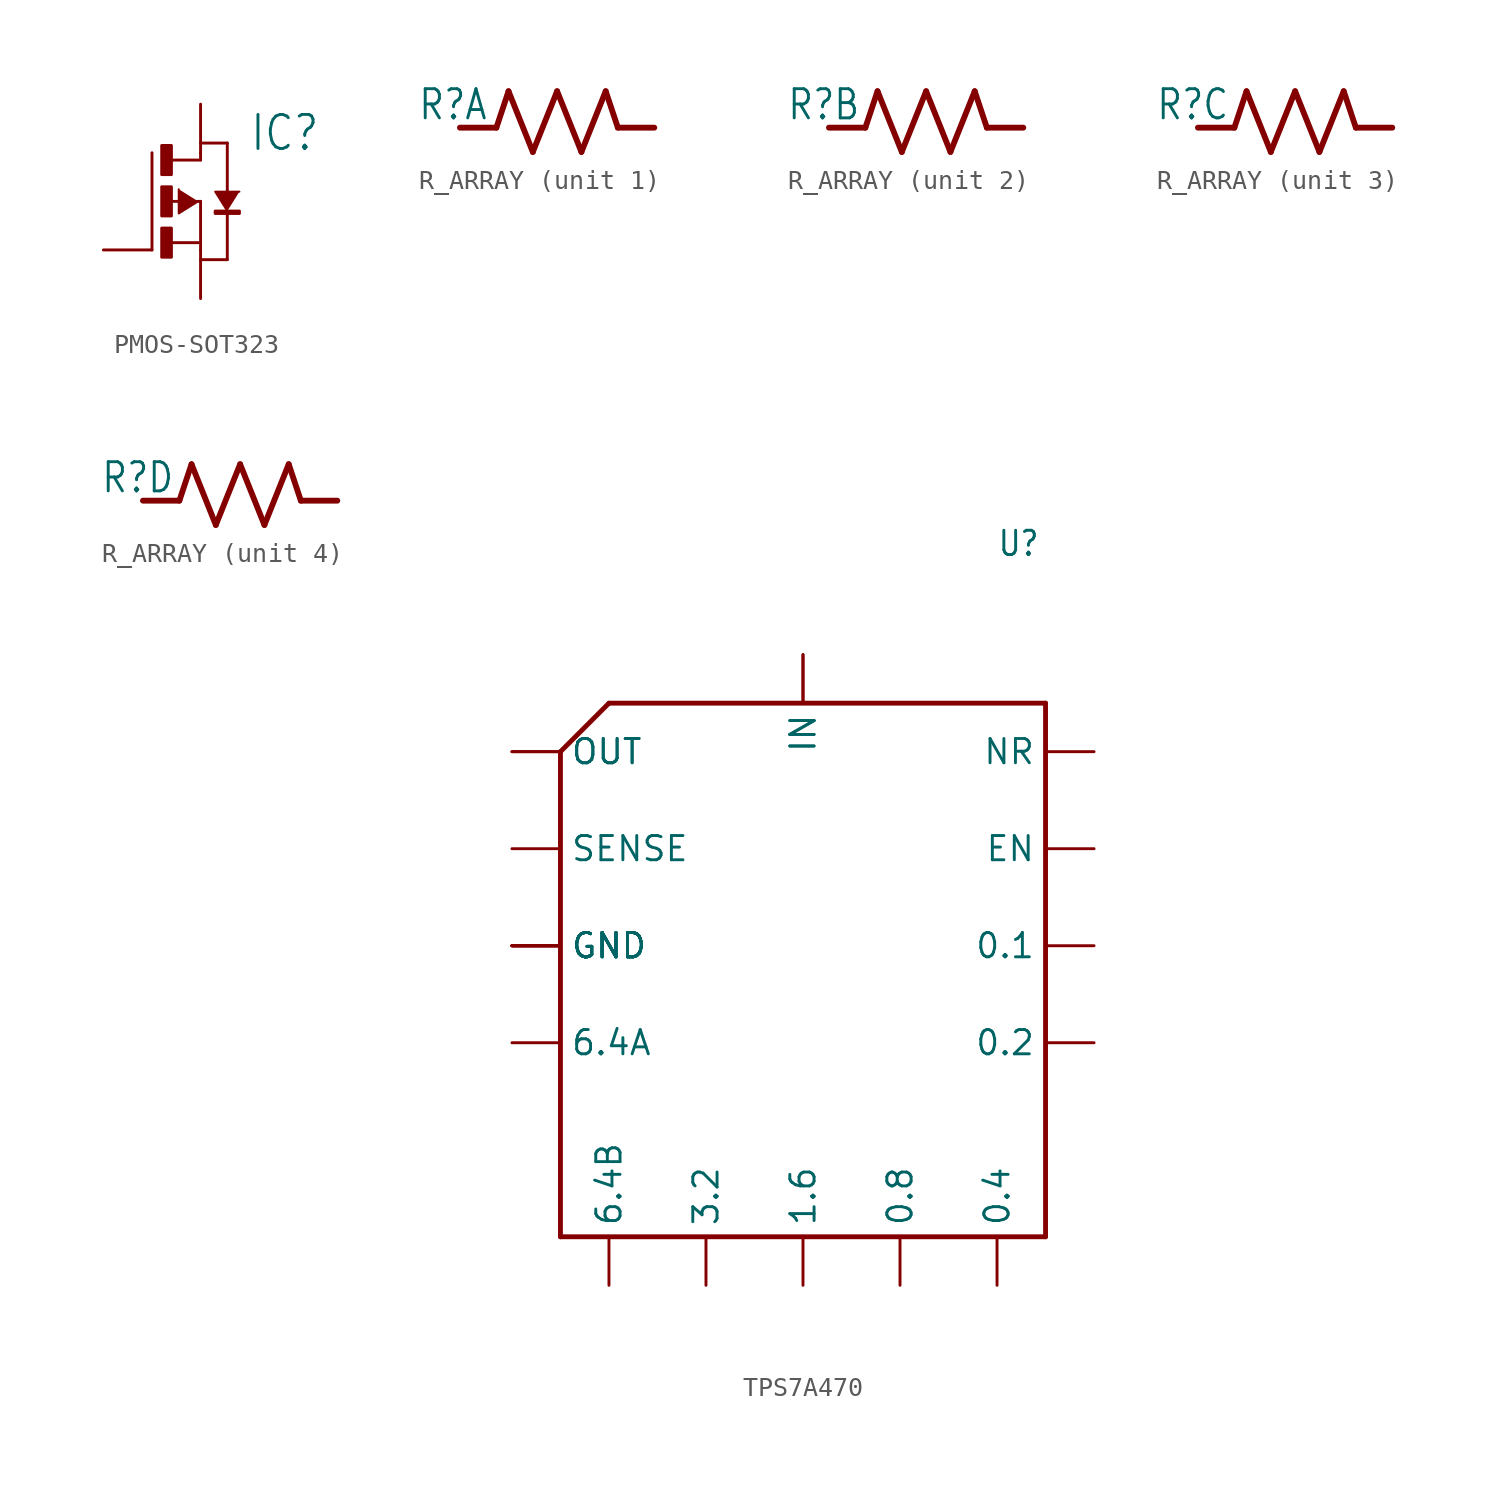
<source format=kicad_sym>
(kicad_symbol_lib
  (version 20231120)
  (generator "kicad_symbol_editor")
  (generator_version "8.0")
  (symbol "PMOS-SOT323"
    (property "Reference" "IC"
      (at 2.54 2.54 0)
      (effects (font (size 1.778 1.511)) (justify left bottom)))
    (property "Value" ""
      (at 2.54 0 0)
      (effects (font (size 1.778 1.511)) (justify left bottom)))
    (property "ki_locked" ""
      (at 0 0 0)
      (effects (font (size 1.27 1.27))))
    (symbol "PMOS-SOT323_1_0"
      (rectangle (start -2.032 -2.921) (end -1.524 -1.397) (stroke (width 0) (type default)) (fill (type outline)))
      (rectangle (start -2.032 -0.762) (end -1.524 0.762) (stroke (width 0) (type default)) (fill (type outline)))
      (rectangle (start -2.032 1.397) (end -1.524 2.921) (stroke (width 0) (type default)) (fill (type outline)))
      (polyline (pts (xy -2.54 -2.54) (xy -2.54 2.54)) (stroke (width 0.152) (type solid)) (fill (type none)))
      (polyline (pts (xy -1.651 0) (xy 0 0)) (stroke (width 0.152) (type solid)) (fill (type none)))
      (polyline (pts (xy -1.524 -2.159) (xy 0 -2.159)) (stroke (width 0.152) (type solid)) (fill (type none)))
      (polyline (pts (xy -1.524 2.159) (xy 0 2.159)) (stroke (width 0.152) (type solid)) (fill (type none)))
      (polyline (pts (xy 0 -2.159) (xy 0 -2.54)) (stroke (width 0.152) (type solid)) (fill (type none)))
      (polyline (pts (xy 0 0) (xy 0 -2.159)) (stroke (width 0.152) (type solid)) (fill (type none)))
      (polyline (pts (xy 0 2.159) (xy 0 2.54)) (stroke (width 0.152) (type solid)) (fill (type none)))
      (polyline (pts (xy 0 3.048) (xy 1.397 3.048)) (stroke (width 0.152) (type solid)) (fill (type none)))
      (polyline (pts (xy 1.397 -3.048) (xy 0 -3.048)) (stroke (width 0.152) (type solid)) (fill (type none)))
      (polyline (pts (xy 1.397 -0.508) (xy 1.397 -3.048)) (stroke (width 0.152) (type solid)) (fill (type none)))
      (polyline (pts (xy 1.397 3.048) (xy 1.397 0.381)) (stroke (width 0.152) (type solid)) (fill (type none)))
      (polyline (pts (xy -0.127 0) (xy -1.143 -0.635) (xy -1.143 0.635)) (stroke (width 0.102) (type solid)) (fill (type outline)))
      (polyline (pts (xy 1.397 -0.508) (xy 0.762 0.508) (xy 2.032 0.508)) (stroke (width 0.102) (type solid)) (fill (type outline)))
      (rectangle (start 0.762 -0.635) (end 2.032 -0.508) (stroke (width 0) (type default)) (fill (type outline)))
      (pin passive line (at -5.08 -2.54 0) (length 2.54) (name "G" (effects (font (size 0 0)))) (number "1" (effects (font (size 0 0)))))
      (pin passive line (at 0 -5.08 90) (length 2.54) (name "S" (effects (font (size 0 0)))) (number "2" (effects (font (size 0 0)))))
      (pin passive line (at 0 5.08 270) (length 2.54) (name "D" (effects (font (size 0 0)))) (number "3" (effects (font (size 0 0)))))))
  (symbol "R_ARRAY"
    (property "Reference" "R"
      (at -7.303 0.318 0)
      (effects (font (size 1.524 1.295)) (justify left bottom)))
    (property "Value" ""
      (at 3.334 0.318 0)
      (effects (font (size 1.524 1.295)) (justify left bottom)))
    (property "ki_locked" ""
      (at 0 0 0)
      (effects (font (size 1.27 1.27))))
    (symbol "R_ARRAY_1_0"
      (polyline (pts (xy -3.175 0) (xy -5.08 0)) (stroke (width 0.305) (type solid)) (fill (type none)))
      (polyline (pts (xy -2.54 1.905) (xy -3.175 0)) (stroke (width 0.305) (type solid)) (fill (type none)))
      (polyline (pts (xy -2.54 1.905) (xy -1.27 -1.27)) (stroke (width 0.305) (type solid)) (fill (type none)))
      (polyline (pts (xy -1.27 -1.27) (xy 0 1.905)) (stroke (width 0.305) (type solid)) (fill (type none)))
      (polyline (pts (xy 0 1.905) (xy 1.27 -1.27)) (stroke (width 0.305) (type solid)) (fill (type none)))
      (polyline (pts (xy 1.27 -1.27) (xy 2.54 1.905)) (stroke (width 0.305) (type solid)) (fill (type none)))
      (polyline (pts (xy 2.54 1.905) (xy 3.175 0)) (stroke (width 0.305) (type solid)) (fill (type none)))
      (polyline (pts (xy 3.175 0) (xy 5.08 0)) (stroke (width 0.305) (type solid)) (fill (type none)))
      (pin passive line (at -5.08 0 0) (length 0) (name "1" (effects (font (size 0 0)))) (number "P$1" (effects (font (size 0 0)))))
      (pin passive line (at 5.08 0 180) (length 0) (name "2" (effects (font (size 0 0)))) (number "P$2" (effects (font (size 0 0))))))
    (symbol "R_ARRAY_2_0"
      (polyline (pts (xy -3.175 0) (xy -5.08 0)) (stroke (width 0.305) (type solid)) (fill (type none)))
      (polyline (pts (xy -2.54 1.905) (xy -3.175 0)) (stroke (width 0.305) (type solid)) (fill (type none)))
      (polyline (pts (xy -2.54 1.905) (xy -1.27 -1.27)) (stroke (width 0.305) (type solid)) (fill (type none)))
      (polyline (pts (xy -1.27 -1.27) (xy 0 1.905)) (stroke (width 0.305) (type solid)) (fill (type none)))
      (polyline (pts (xy 0 1.905) (xy 1.27 -1.27)) (stroke (width 0.305) (type solid)) (fill (type none)))
      (polyline (pts (xy 1.27 -1.27) (xy 2.54 1.905)) (stroke (width 0.305) (type solid)) (fill (type none)))
      (polyline (pts (xy 2.54 1.905) (xy 3.175 0)) (stroke (width 0.305) (type solid)) (fill (type none)))
      (polyline (pts (xy 3.175 0) (xy 5.08 0)) (stroke (width 0.305) (type solid)) (fill (type none)))
      (pin passive line (at -5.08 0 0) (length 0) (name "1" (effects (font (size 0 0)))) (number "P$3" (effects (font (size 0 0)))))
      (pin passive line (at 5.08 0 180) (length 0) (name "2" (effects (font (size 0 0)))) (number "P$4" (effects (font (size 0 0))))))
    (symbol "R_ARRAY_3_0"
      (polyline (pts (xy -3.175 0) (xy -5.08 0)) (stroke (width 0.305) (type solid)) (fill (type none)))
      (polyline (pts (xy -2.54 1.905) (xy -3.175 0)) (stroke (width 0.305) (type solid)) (fill (type none)))
      (polyline (pts (xy -2.54 1.905) (xy -1.27 -1.27)) (stroke (width 0.305) (type solid)) (fill (type none)))
      (polyline (pts (xy -1.27 -1.27) (xy 0 1.905)) (stroke (width 0.305) (type solid)) (fill (type none)))
      (polyline (pts (xy 0 1.905) (xy 1.27 -1.27)) (stroke (width 0.305) (type solid)) (fill (type none)))
      (polyline (pts (xy 1.27 -1.27) (xy 2.54 1.905)) (stroke (width 0.305) (type solid)) (fill (type none)))
      (polyline (pts (xy 2.54 1.905) (xy 3.175 0)) (stroke (width 0.305) (type solid)) (fill (type none)))
      (polyline (pts (xy 3.175 0) (xy 5.08 0)) (stroke (width 0.305) (type solid)) (fill (type none)))
      (pin passive line (at -5.08 0 0) (length 0) (name "1" (effects (font (size 0 0)))) (number "P$5" (effects (font (size 0 0)))))
      (pin passive line (at 5.08 0 180) (length 0) (name "2" (effects (font (size 0 0)))) (number "P$6" (effects (font (size 0 0))))))
    (symbol "R_ARRAY_4_0"
      (polyline (pts (xy -3.175 0) (xy -5.08 0)) (stroke (width 0.305) (type solid)) (fill (type none)))
      (polyline (pts (xy -2.54 1.905) (xy -3.175 0)) (stroke (width 0.305) (type solid)) (fill (type none)))
      (polyline (pts (xy -2.54 1.905) (xy -1.27 -1.27)) (stroke (width 0.305) (type solid)) (fill (type none)))
      (polyline (pts (xy -1.27 -1.27) (xy 0 1.905)) (stroke (width 0.305) (type solid)) (fill (type none)))
      (polyline (pts (xy 0 1.905) (xy 1.27 -1.27)) (stroke (width 0.305) (type solid)) (fill (type none)))
      (polyline (pts (xy 1.27 -1.27) (xy 2.54 1.905)) (stroke (width 0.305) (type solid)) (fill (type none)))
      (polyline (pts (xy 2.54 1.905) (xy 3.175 0)) (stroke (width 0.305) (type solid)) (fill (type none)))
      (polyline (pts (xy 3.175 0) (xy 5.08 0)) (stroke (width 0.305) (type solid)) (fill (type none)))
      (pin passive line (at -5.08 0 0) (length 0) (name "1" (effects (font (size 0 0)))) (number "P$7" (effects (font (size 0 0)))))
      (pin passive line (at 5.08 0 180) (length 0) (name "2" (effects (font (size 0 0)))) (number "P$8" (effects (font (size 0 0)))))))
  (symbol "TPS7A470"
    (property "Reference" "U"
      (at 10.16 15.24 0)
      (effects (font (size 1.27 1.079)) (justify left bottom)))
    (property "Value" ""
      (at 10.16 12.7 0)
      (effects (font (size 1.27 1.079)) (justify left bottom)))
    (property "ki_locked" ""
      (at 0 0 0)
      (effects (font (size 1.27 1.27))))
    (symbol "TPS7A470_1_0"
      (polyline (pts (xy -12.7 -20.32) (xy -12.7 5.08)) (stroke (width 0.254) (type solid)) (fill (type none)))
      (polyline (pts (xy -12.7 5.08) (xy -10.16 7.62)) (stroke (width 0.254) (type solid)) (fill (type none)))
      (polyline (pts (xy -10.16 7.62) (xy 12.7 7.62)) (stroke (width 0.254) (type solid)) (fill (type none)))
      (polyline (pts (xy 12.7 -20.32) (xy -12.7 -20.32)) (stroke (width 0.254) (type solid)) (fill (type none)))
      (polyline (pts (xy 12.7 7.62) (xy 12.7 -20.32)) (stroke (width 0.254) (type solid)) (fill (type none)))
      (pin bidirectional line (at -15.24 5.08 0) (length 2.54) (name "OUT" (effects (font (size 1.27 1.27)))) (number "1" (effects (font (size 0 0)))))
      (pin bidirectional line (at 10.16 -22.86 90) (length 2.54) (name "0.4" (effects (font (size 1.27 1.27)))) (number "10" (effects (font (size 0 0)))))
      (pin bidirectional line (at 15.24 -10.16 180) (length 2.54) (name "0.2" (effects (font (size 1.27 1.27)))) (number "11" (effects (font (size 0 0)))))
      (pin bidirectional line (at 15.24 -5.08 180) (length 2.54) (name "0.1" (effects (font (size 1.27 1.27)))) (number "12" (effects (font (size 0 0)))))
      (pin bidirectional line (at 15.24 0 180) (length 2.54) (name "EN" (effects (font (size 1.27 1.27)))) (number "13" (effects (font (size 0 0)))))
      (pin bidirectional line (at 15.24 5.08 180) (length 2.54) (name "NR" (effects (font (size 1.27 1.27)))) (number "14" (effects (font (size 0 0)))))
      (pin bidirectional line (at 0 10.16 270) (length 2.54) (name "IN" (effects (font (size 1.27 1.27)))) (number "15" (effects (font (size 0 0)))))
      (pin bidirectional line (at 0 10.16 270) (length 2.54) (name "IN" (effects (font (size 1.27 1.27)))) (number "16" (effects (font (size 0 0)))))
      (pin bidirectional line (at -15.24 -5.08 0) (length 2.54) (name "GND" (effects (font (size 1.27 1.27)))) (number "17" (effects (font (size 0 0)))))
      (pin bidirectional line (at -15.24 -5.08 0) (length 2.54) (name "GND" (effects (font (size 1.27 1.27)))) (number "18" (effects (font (size 0 0)))))
      (pin bidirectional line (at -15.24 -5.08 0) (length 2.54) (name "GND" (effects (font (size 1.27 1.27)))) (number "19" (effects (font (size 0 0)))))
      (pin bidirectional line (at -15.24 -5.08 0) (length 2.54) (name "GND" (effects (font (size 1.27 1.27)))) (number "2" (effects (font (size 0 0)))))
      (pin bidirectional line (at -15.24 5.08 0) (length 2.54) (name "OUT" (effects (font (size 1.27 1.27)))) (number "20" (effects (font (size 0 0)))))
      (pin bidirectional line (at -15.24 0 0) (length 2.54) (name "SENSE" (effects (font (size 1.27 1.27)))) (number "3" (effects (font (size 0 0)))))
      (pin bidirectional line (at -15.24 -10.16 0) (length 2.54) (name "6.4A" (effects (font (size 1.27 1.27)))) (number "4" (effects (font (size 0 0)))))
      (pin bidirectional line (at -10.16 -22.86 90) (length 2.54) (name "6.4B" (effects (font (size 1.27 1.27)))) (number "5" (effects (font (size 0 0)))))
      (pin bidirectional line (at -5.08 -22.86 90) (length 2.54) (name "3.2" (effects (font (size 1.27 1.27)))) (number "6" (effects (font (size 0 0)))))
      (pin bidirectional line (at -15.24 -5.08 0) (length 2.54) (name "GND" (effects (font (size 1.27 1.27)))) (number "7" (effects (font (size 0 0)))))
      (pin bidirectional line (at 0 -22.86 90) (length 2.54) (name "1.6" (effects (font (size 1.27 1.27)))) (number "8" (effects (font (size 0 0)))))
      (pin bidirectional line (at 5.08 -22.86 90) (length 2.54) (name "0.8" (effects (font (size 1.27 1.27)))) (number "9" (effects (font (size 0 0)))))
      (pin bidirectional line (at -15.24 -5.08 0) (length 2.54) (name "GND" (effects (font (size 1.27 1.27)))) (number "EXP" (effects (font (size 0 0))))))))
</source>
